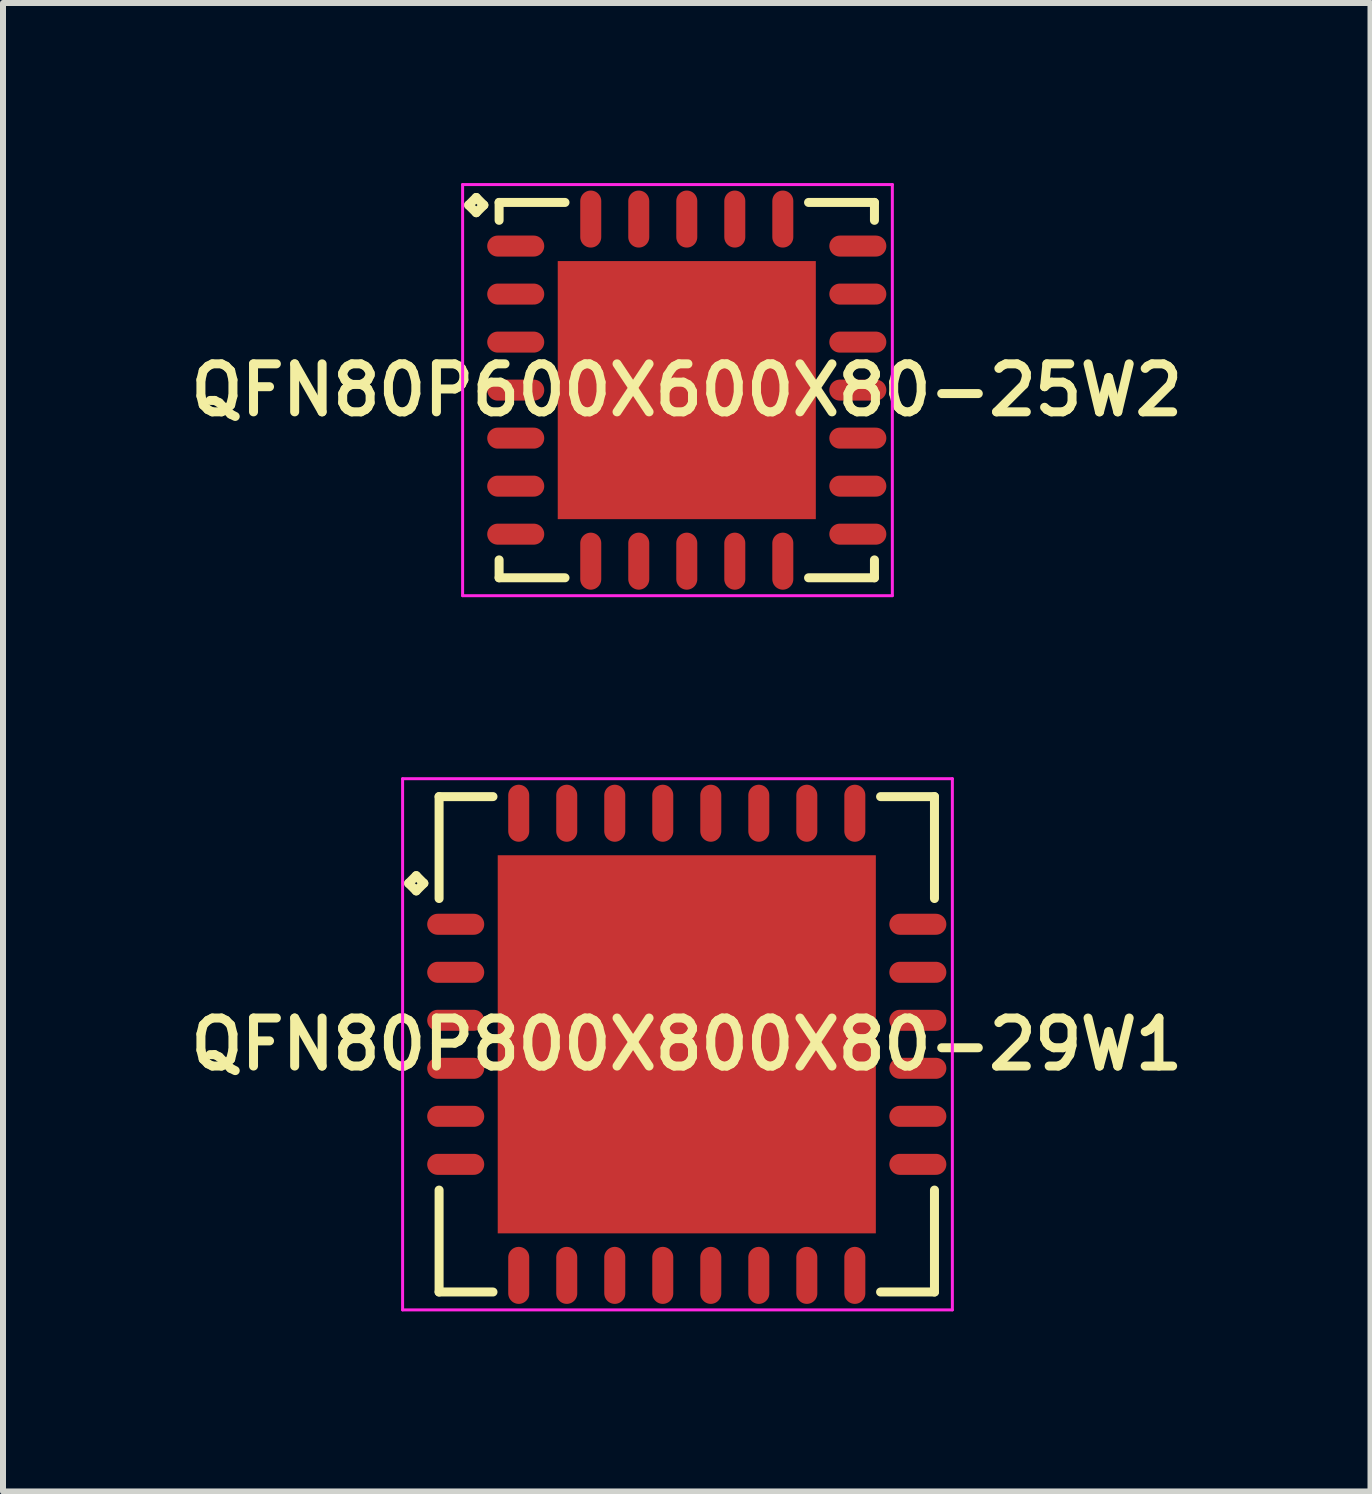
<source format=kicad_pcb>
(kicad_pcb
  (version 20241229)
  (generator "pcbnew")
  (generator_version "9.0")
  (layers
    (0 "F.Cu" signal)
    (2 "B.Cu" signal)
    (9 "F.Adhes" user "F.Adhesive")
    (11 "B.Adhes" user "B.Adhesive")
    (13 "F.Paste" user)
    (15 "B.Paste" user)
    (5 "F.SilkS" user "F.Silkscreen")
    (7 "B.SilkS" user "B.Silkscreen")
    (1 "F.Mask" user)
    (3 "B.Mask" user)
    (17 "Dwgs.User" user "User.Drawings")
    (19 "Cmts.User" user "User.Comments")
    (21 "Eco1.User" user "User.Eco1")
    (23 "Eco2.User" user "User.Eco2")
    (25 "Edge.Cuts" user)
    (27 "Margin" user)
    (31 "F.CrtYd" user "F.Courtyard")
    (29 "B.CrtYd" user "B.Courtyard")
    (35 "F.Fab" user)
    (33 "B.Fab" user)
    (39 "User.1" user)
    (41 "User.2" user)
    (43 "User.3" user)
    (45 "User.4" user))
  (footprint "QFN80P800X800X80-29W1"
    (layer "F.Cu")
    (at 8.393 14.35)
    (property "Reference" "QFN80P800X800X80-29W1" (at 0 0 0) (layer "F.SilkS") (effects (font (size 0.8 0.8) (thickness 0.15))))
    (attr smd)
    (fp_line (start -4.635 -2.683) (end -4.508 -2.81) (stroke (width 0.15) (type solid)) (layer "F.SilkS"))
    (fp_line (start -4.508 -2.81) (end -4.381 -2.683) (stroke (width 0.15) (type solid)) (layer "F.SilkS"))
    (fp_line (start -4.508 -2.556) (end -4.635 -2.683) (stroke (width 0.15) (type solid)) (layer "F.SilkS"))
    (fp_line (start -4.381 -2.683) (end -4.508 -2.556) (stroke (width 0.15) (type solid)) (layer "F.SilkS"))
    (fp_line (start -4.127 -4.127) (end -3.229 -4.127) (stroke (width 0.15) (type solid)) (layer "F.SilkS"))
    (fp_line (start -4.127 -2.429) (end -4.127 -4.127) (stroke (width 0.15) (type solid)) (layer "F.SilkS"))
    (fp_line (start -4.127 2.429) (end -4.127 4.127) (stroke (width 0.15) (type solid)) (layer "F.SilkS"))
    (fp_line (start -4.127 4.127) (end -3.229 4.127) (stroke (width 0.15) (type solid)) (layer "F.SilkS"))
    (fp_line (start 3.229 -4.127) (end 4.127 -4.127) (stroke (width 0.15) (type solid)) (layer "F.SilkS"))
    (fp_line (start 3.229 4.127) (end 4.127 4.127) (stroke (width 0.15) (type solid)) (layer "F.SilkS"))
    (fp_line (start 4.127 -4.127) (end 4.127 -2.429) (stroke (width 0.15) (type solid)) (layer "F.SilkS"))
    (fp_line (start 4.127 4.127) (end 4.127 2.429) (stroke (width 0.15) (type solid)) (layer "F.SilkS"))
    (fp_line (start -4.735 -4.425) (end 4.425 -4.425) (stroke (width 0.05) (type solid)) (layer "F.CrtYd"))
    (fp_line (start -4.735 4.425) (end -4.735 -4.425) (stroke (width 0.05) (type solid)) (layer "F.CrtYd"))
    (fp_line (start 4.425 -4.425) (end 4.425 4.425) (stroke (width 0.05) (type solid)) (layer "F.CrtYd"))
    (fp_line (start 4.425 4.425) (end -4.735 4.425) (stroke (width 0.05) (type solid)) (layer "F.CrtYd"))
    (pad "1" smd oval (at -3.85 -2) (size 0.95 0.35) (layers "F.Cu" "F.Mask" "F.Paste"))
    (pad "2" smd oval (at -3.85 -1.2) (size 0.95 0.35) (layers "F.Cu" "F.Mask" "F.Paste"))
    (pad "3" smd oval (at -3.85 -0.4) (size 0.95 0.35) (layers "F.Cu" "F.Mask" "F.Paste"))
    (pad "4" smd oval (at -3.85 0.4) (size 0.95 0.35) (layers "F.Cu" "F.Mask" "F.Paste"))
    (pad "5" smd oval (at -3.85 1.2) (size 0.95 0.35) (layers "F.Cu" "F.Mask" "F.Paste"))
    (pad "6" smd oval (at -3.85 2) (size 0.95 0.35) (layers "F.Cu" "F.Mask" "F.Paste"))
    (pad "7" smd oval (at -2.8 3.85) (size 0.35 0.95) (layers "F.Cu" "F.Mask" "F.Paste"))
    (pad "8" smd oval (at -2 3.85) (size 0.35 0.95) (layers "F.Cu" "F.Mask" "F.Paste"))
    (pad "9" smd oval (at -1.2 3.85) (size 0.35 0.95) (layers "F.Cu" "F.Mask" "F.Paste"))
    (pad "10" smd oval (at -0.4 3.85) (size 0.35 0.95) (layers "F.Cu" "F.Mask" "F.Paste"))
    (pad "11" smd oval (at 0.4 3.85) (size 0.35 0.95) (layers "F.Cu" "F.Mask" "F.Paste"))
    (pad "12" smd oval (at 1.2 3.85) (size 0.35 0.95) (layers "F.Cu" "F.Mask" "F.Paste"))
    (pad "13" smd oval (at 2 3.85) (size 0.35 0.95) (layers "F.Cu" "F.Mask" "F.Paste"))
    (pad "14" smd oval (at 2.8 3.85) (size 0.35 0.95) (layers "F.Cu" "F.Mask" "F.Paste"))
    (pad "15" smd oval (at 3.85 2) (size 0.95 0.35) (layers "F.Cu" "F.Mask" "F.Paste"))
    (pad "16" smd oval (at 3.85 1.2) (size 0.95 0.35) (layers "F.Cu" "F.Mask" "F.Paste"))
    (pad "17" smd oval (at 3.85 0.4) (size 0.95 0.35) (layers "F.Cu" "F.Mask" "F.Paste"))
    (pad "18" smd oval (at 3.85 -0.4) (size 0.95 0.35) (layers "F.Cu" "F.Mask" "F.Paste"))
    (pad "19" smd oval (at 3.85 -1.2) (size 0.95 0.35) (layers "F.Cu" "F.Mask" "F.Paste"))
    (pad "20" smd oval (at 3.85 -2) (size 0.95 0.35) (layers "F.Cu" "F.Mask" "F.Paste"))
    (pad "21" smd oval (at 2.8 -3.85) (size 0.35 0.95) (layers "F.Cu" "F.Mask" "F.Paste"))
    (pad "22" smd oval (at 2 -3.85) (size 0.35 0.95) (layers "F.Cu" "F.Mask" "F.Paste"))
    (pad "23" smd oval (at 1.2 -3.85) (size 0.35 0.95) (layers "F.Cu" "F.Mask" "F.Paste"))
    (pad "24" smd oval (at 0.4 -3.85) (size 0.35 0.95) (layers "F.Cu" "F.Mask" "F.Paste"))
    (pad "25" smd oval (at -0.4 -3.85) (size 0.35 0.95) (layers "F.Cu" "F.Mask" "F.Paste"))
    (pad "26" smd oval (at -1.2 -3.85) (size 0.35 0.95) (layers "F.Cu" "F.Mask" "F.Paste"))
    (pad "27" smd oval (at -2 -3.85) (size 0.35 0.95) (layers "F.Cu" "F.Mask" "F.Paste"))
    (pad "28" smd oval (at -2.8 -3.85) (size 0.35 0.95) (layers "F.Cu" "F.Mask" "F.Paste"))
    (pad "29" smd rect (at 0 0) (size 6.3 6.3) (layers "F.Cu" "F.Mask" "F.Paste")))
  (footprint "QFN80P600X600X80-25W2"
    (layer "F.Cu")
    (at 8.393 3.45)
    (property "Reference" "QFN80P600X600X80-25W2" (at 0 0 0) (layer "F.SilkS") (effects (font (size 0.8 0.8) (thickness 0.15))))
    (attr smd)
    (fp_line (start -3.635 -3.083) (end -3.508 -3.21) (stroke (width 0.15) (type solid)) (layer "F.SilkS"))
    (fp_line (start -3.508 -3.21) (end -3.381 -3.083) (stroke (width 0.15) (type solid)) (layer "F.SilkS"))
    (fp_line (start -3.508 -2.956) (end -3.635 -3.083) (stroke (width 0.15) (type solid)) (layer "F.SilkS"))
    (fp_line (start -3.381 -3.083) (end -3.508 -2.956) (stroke (width 0.15) (type solid)) (layer "F.SilkS"))
    (fp_line (start -3.127 -3.127) (end -2.029 -3.127) (stroke (width 0.15) (type solid)) (layer "F.SilkS"))
    (fp_line (start -3.127 -2.829) (end -3.127 -3.127) (stroke (width 0.15) (type solid)) (layer "F.SilkS"))
    (fp_line (start -3.127 2.829) (end -3.127 3.127) (stroke (width 0.15) (type solid)) (layer "F.SilkS"))
    (fp_line (start -3.127 3.127) (end -2.029 3.127) (stroke (width 0.15) (type solid)) (layer "F.SilkS"))
    (fp_line (start 2.029 -3.127) (end 3.127 -3.127) (stroke (width 0.15) (type solid)) (layer "F.SilkS"))
    (fp_line (start 2.029 3.127) (end 3.127 3.127) (stroke (width 0.15) (type solid)) (layer "F.SilkS"))
    (fp_line (start 3.127 -3.127) (end 3.127 -2.829) (stroke (width 0.15) (type solid)) (layer "F.SilkS"))
    (fp_line (start 3.127 3.127) (end 3.127 2.829) (stroke (width 0.15) (type solid)) (layer "F.SilkS"))
    (fp_line (start -3.735 -3.425) (end 3.425 -3.425) (stroke (width 0.05) (type solid)) (layer "F.CrtYd"))
    (fp_line (start -3.735 3.425) (end -3.735 -3.425) (stroke (width 0.05) (type solid)) (layer "F.CrtYd"))
    (fp_line (start 3.425 -3.425) (end 3.425 3.425) (stroke (width 0.05) (type solid)) (layer "F.CrtYd"))
    (fp_line (start 3.425 3.425) (end -3.735 3.425) (stroke (width 0.05) (type solid)) (layer "F.CrtYd"))
    (pad "1" smd oval (at -2.85 -2.4) (size 0.95 0.35) (layers "F.Cu" "F.Mask" "F.Paste"))
    (pad "2" smd oval (at -2.85 -1.6) (size 0.95 0.35) (layers "F.Cu" "F.Mask" "F.Paste"))
    (pad "3" smd oval (at -2.85 -0.8) (size 0.95 0.35) (layers "F.Cu" "F.Mask" "F.Paste"))
    (pad "4" smd oval (at -2.85 0) (size 0.95 0.35) (layers "F.Cu" "F.Mask" "F.Paste"))
    (pad "5" smd oval (at -2.85 0.8) (size 0.95 0.35) (layers "F.Cu" "F.Mask" "F.Paste"))
    (pad "6" smd oval (at -2.85 1.6) (size 0.95 0.35) (layers "F.Cu" "F.Mask" "F.Paste"))
    (pad "7" smd oval (at -2.85 2.4) (size 0.95 0.35) (layers "F.Cu" "F.Mask" "F.Paste"))
    (pad "8" smd oval (at -1.6 2.85) (size 0.35 0.95) (layers "F.Cu" "F.Mask" "F.Paste"))
    (pad "9" smd oval (at -0.8 2.85) (size 0.35 0.95) (layers "F.Cu" "F.Mask" "F.Paste"))
    (pad "10" smd oval (at 0 2.85) (size 0.35 0.95) (layers "F.Cu" "F.Mask" "F.Paste"))
    (pad "11" smd oval (at 0.8 2.85) (size 0.35 0.95) (layers "F.Cu" "F.Mask" "F.Paste"))
    (pad "12" smd oval (at 1.6 2.85) (size 0.35 0.95) (layers "F.Cu" "F.Mask" "F.Paste"))
    (pad "13" smd oval (at 2.85 2.4) (size 0.95 0.35) (layers "F.Cu" "F.Mask" "F.Paste"))
    (pad "14" smd oval (at 2.85 1.6) (size 0.95 0.35) (layers "F.Cu" "F.Mask" "F.Paste"))
    (pad "15" smd oval (at 2.85 0.8) (size 0.95 0.35) (layers "F.Cu" "F.Mask" "F.Paste"))
    (pad "16" smd oval (at 2.85 0) (size 0.95 0.35) (layers "F.Cu" "F.Mask" "F.Paste"))
    (pad "17" smd oval (at 2.85 -0.8) (size 0.95 0.35) (layers "F.Cu" "F.Mask" "F.Paste"))
    (pad "18" smd oval (at 2.85 -1.6) (size 0.95 0.35) (layers "F.Cu" "F.Mask" "F.Paste"))
    (pad "19" smd oval (at 2.85 -2.4) (size 0.95 0.35) (layers "F.Cu" "F.Mask" "F.Paste"))
    (pad "20" smd oval (at 1.6 -2.85) (size 0.35 0.95) (layers "F.Cu" "F.Mask" "F.Paste"))
    (pad "21" smd oval (at 0.8 -2.85) (size 0.35 0.95) (layers "F.Cu" "F.Mask" "F.Paste"))
    (pad "22" smd oval (at 0 -2.85) (size 0.35 0.95) (layers "F.Cu" "F.Mask" "F.Paste"))
    (pad "23" smd oval (at -0.8 -2.85) (size 0.35 0.95) (layers "F.Cu" "F.Mask" "F.Paste"))
    (pad "24" smd oval (at -1.6 -2.85) (size 0.35 0.95) (layers "F.Cu" "F.Mask" "F.Paste"))
    (pad "25" smd rect (at 0 0) (size 4.3 4.3) (layers "F.Cu" "F.Mask" "F.Paste")))
  (gr_rect
    (start -3 -3)
    (end 19.785 21.8)
    (stroke (width 0.1) (type default))
    (fill no)
    (layer "Edge.Cuts")))
</source>
